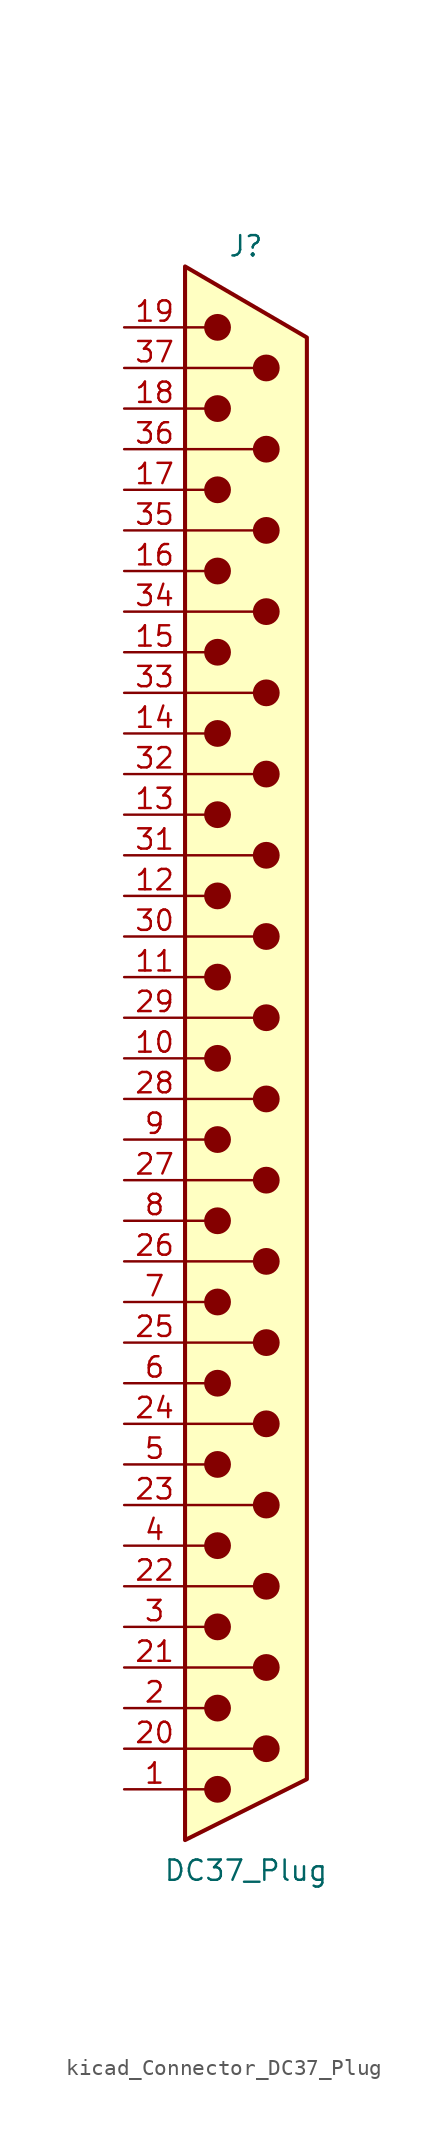
<source format=kicad_sym>
(kicad_symbol_lib
  (version 20220914)
  (generator kicad_symbol_editor)
  (symbol "kicad_Connector_DC37_Plug"
    (pin_names
      (offset 1.016) hide)
    (property "Reference" "J"
      (at 0 50.8 0)
      (effects (font (size 1.27 1.27))))
    (property "Value" "DC37_Plug"
      (at 0 -50.8 0)
      (effects (font (size 1.27 1.27))))
    (symbol "kicad_Connector_DC37_Plug_0_1"
      (circle (center -1.778 -45.72) (radius 0.762) (stroke (width 0) (type default)) (fill (type outline)))
      (circle (center -1.778 -40.64) (radius 0.762) (stroke (width 0) (type default)) (fill (type outline)))
      (circle (center -1.778 -35.56) (radius 0.762) (stroke (width 0) (type default)) (fill (type outline)))
      (circle (center -1.778 -30.48) (radius 0.762) (stroke (width 0) (type default)) (fill (type outline)))
      (circle (center -1.778 -25.4) (radius 0.762) (stroke (width 0) (type default)) (fill (type outline)))
      (circle (center -1.778 -20.32) (radius 0.762) (stroke (width 0) (type default)) (fill (type outline)))
      (circle (center -1.778 -15.24) (radius 0.762) (stroke (width 0) (type default)) (fill (type outline)))
      (circle (center -1.778 -10.16) (radius 0.762) (stroke (width 0) (type default)) (fill (type outline)))
      (circle (center -1.778 -5.08) (radius 0.762) (stroke (width 0) (type default)) (fill (type outline)))
      (circle (center -1.778 0) (radius 0.762) (stroke (width 0) (type default)) (fill (type outline)))
      (circle (center -1.778 5.08) (radius 0.762) (stroke (width 0) (type default)) (fill (type outline)))
      (circle (center -1.778 10.16) (radius 0.762) (stroke (width 0) (type default)) (fill (type outline)))
      (circle (center -1.778 15.24) (radius 0.762) (stroke (width 0) (type default)) (fill (type outline)))
      (circle (center -1.778 20.32) (radius 0.762) (stroke (width 0) (type default)) (fill (type outline)))
      (circle (center -1.778 25.4) (radius 0.762) (stroke (width 0) (type default)) (fill (type outline)))
      (circle (center -1.778 30.48) (radius 0.762) (stroke (width 0) (type default)) (fill (type outline)))
      (circle (center -1.778 35.56) (radius 0.762) (stroke (width 0) (type default)) (fill (type outline)))
      (circle (center -1.778 40.64) (radius 0.762) (stroke (width 0) (type default)) (fill (type outline)))
      (circle (center -1.778 45.72) (radius 0.762) (stroke (width 0) (type default)) (fill (type outline)))
      (polyline (pts (xy -3.81 -45.72) (xy -2.54 -45.72)) (stroke (width 0) (type default)) (fill (type none)))
      (polyline (pts (xy -3.81 -43.18) (xy 0.508 -43.18)) (stroke (width 0) (type default)) (fill (type none)))
      (polyline (pts (xy -3.81 -40.64) (xy -2.54 -40.64)) (stroke (width 0) (type default)) (fill (type none)))
      (polyline (pts (xy -3.81 -38.1) (xy 0.508 -38.1)) (stroke (width 0) (type default)) (fill (type none)))
      (polyline (pts (xy -3.81 -35.56) (xy -2.54 -35.56)) (stroke (width 0) (type default)) (fill (type none)))
      (polyline (pts (xy -3.81 -33.02) (xy 0.508 -33.02)) (stroke (width 0) (type default)) (fill (type none)))
      (polyline (pts (xy -3.81 -30.48) (xy -2.54 -30.48)) (stroke (width 0) (type default)) (fill (type none)))
      (polyline (pts (xy -3.81 -27.94) (xy 0.508 -27.94)) (stroke (width 0) (type default)) (fill (type none)))
      (polyline (pts (xy -3.81 -25.4) (xy -2.54 -25.4)) (stroke (width 0) (type default)) (fill (type none)))
      (polyline (pts (xy -3.81 -22.86) (xy 0.508 -22.86)) (stroke (width 0) (type default)) (fill (type none)))
      (polyline (pts (xy -3.81 -20.32) (xy -2.54 -20.32)) (stroke (width 0) (type default)) (fill (type none)))
      (polyline (pts (xy -3.81 -17.78) (xy 0.508 -17.78)) (stroke (width 0) (type default)) (fill (type none)))
      (polyline (pts (xy -3.81 -15.24) (xy -2.54 -15.24)) (stroke (width 0) (type default)) (fill (type none)))
      (polyline (pts (xy -3.81 -12.7) (xy 0.508 -12.7)) (stroke (width 0) (type default)) (fill (type none)))
      (polyline (pts (xy -3.81 -10.16) (xy -2.54 -10.16)) (stroke (width 0) (type default)) (fill (type none)))
      (polyline (pts (xy -3.81 -7.62) (xy 0.508 -7.62)) (stroke (width 0) (type default)) (fill (type none)))
      (polyline (pts (xy -3.81 -5.08) (xy -2.54 -5.08)) (stroke (width 0) (type default)) (fill (type none)))
      (polyline (pts (xy -3.81 -2.54) (xy 0.508 -2.54)) (stroke (width 0) (type default)) (fill (type none)))
      (polyline (pts (xy -3.81 0) (xy -2.54 0)) (stroke (width 0) (type default)) (fill (type none)))
      (polyline (pts (xy -3.81 2.54) (xy 0.508 2.54)) (stroke (width 0) (type default)) (fill (type none)))
      (polyline (pts (xy -3.81 5.08) (xy -2.54 5.08)) (stroke (width 0) (type default)) (fill (type none)))
      (polyline (pts (xy -3.81 7.62) (xy 0.508 7.62)) (stroke (width 0) (type default)) (fill (type none)))
      (polyline (pts (xy -3.81 10.16) (xy -2.54 10.16)) (stroke (width 0) (type default)) (fill (type none)))
      (polyline (pts (xy -3.81 12.7) (xy 0.508 12.7)) (stroke (width 0) (type default)) (fill (type none)))
      (polyline (pts (xy -3.81 15.24) (xy -2.54 15.24)) (stroke (width 0) (type default)) (fill (type none)))
      (polyline (pts (xy -3.81 17.78) (xy 0.508 17.78)) (stroke (width 0) (type default)) (fill (type none)))
      (polyline (pts (xy -3.81 20.32) (xy -2.54 20.32)) (stroke (width 0) (type default)) (fill (type none)))
      (polyline (pts (xy -3.81 22.86) (xy 0.508 22.86)) (stroke (width 0) (type default)) (fill (type none)))
      (polyline (pts (xy -3.81 25.4) (xy -2.54 25.4)) (stroke (width 0) (type default)) (fill (type none)))
      (polyline (pts (xy -3.81 27.94) (xy 0.508 27.94)) (stroke (width 0) (type default)) (fill (type none)))
      (polyline (pts (xy -3.81 30.48) (xy -2.54 30.48)) (stroke (width 0) (type default)) (fill (type none)))
      (polyline (pts (xy -3.81 33.02) (xy 0.508 33.02)) (stroke (width 0) (type default)) (fill (type none)))
      (polyline (pts (xy -3.81 35.56) (xy -2.54 35.56)) (stroke (width 0) (type default)) (fill (type none)))
      (polyline (pts (xy -3.81 38.1) (xy 0.508 38.1)) (stroke (width 0) (type default)) (fill (type none)))
      (polyline (pts (xy -3.81 40.64) (xy -2.54 40.64)) (stroke (width 0) (type default)) (fill (type none)))
      (polyline (pts (xy -3.81 43.18) (xy 0.508 43.18)) (stroke (width 0) (type default)) (fill (type none)))
      (polyline (pts (xy -3.81 45.72) (xy -2.54 45.72)) (stroke (width 0) (type default)) (fill (type none)))
      (polyline (pts (xy -3.81 49.53) (xy 3.81 45.085) (xy 3.81 -45.085) (xy -3.81 -48.895) (xy -3.81 49.53)) (stroke (width 0.254) (type default)) (fill (type background)))
      (circle (center 1.27 -43.18) (radius 0.762) (stroke (width 0) (type default)) (fill (type outline)))
      (circle (center 1.27 -38.1) (radius 0.762) (stroke (width 0) (type default)) (fill (type outline)))
      (circle (center 1.27 -33.02) (radius 0.762) (stroke (width 0) (type default)) (fill (type outline)))
      (circle (center 1.27 -27.94) (radius 0.762) (stroke (width 0) (type default)) (fill (type outline)))
      (circle (center 1.27 -22.86) (radius 0.762) (stroke (width 0) (type default)) (fill (type outline)))
      (circle (center 1.27 -17.78) (radius 0.762) (stroke (width 0) (type default)) (fill (type outline)))
      (circle (center 1.27 -12.7) (radius 0.762) (stroke (width 0) (type default)) (fill (type outline)))
      (circle (center 1.27 -7.62) (radius 0.762) (stroke (width 0) (type default)) (fill (type outline)))
      (circle (center 1.27 -2.54) (radius 0.762) (stroke (width 0) (type default)) (fill (type outline)))
      (circle (center 1.27 2.54) (radius 0.762) (stroke (width 0) (type default)) (fill (type outline)))
      (circle (center 1.27 7.62) (radius 0.762) (stroke (width 0) (type default)) (fill (type outline)))
      (circle (center 1.27 12.7) (radius 0.762) (stroke (width 0) (type default)) (fill (type outline)))
      (circle (center 1.27 17.78) (radius 0.762) (stroke (width 0) (type default)) (fill (type outline)))
      (circle (center 1.27 22.86) (radius 0.762) (stroke (width 0) (type default)) (fill (type outline)))
      (circle (center 1.27 27.94) (radius 0.762) (stroke (width 0) (type default)) (fill (type outline)))
      (circle (center 1.27 33.02) (radius 0.762) (stroke (width 0) (type default)) (fill (type outline)))
      (circle (center 1.27 38.1) (radius 0.762) (stroke (width 0) (type default)) (fill (type outline)))
      (circle (center 1.27 43.18) (radius 0.762) (stroke (width 0) (type default)) (fill (type outline))))
    (symbol "kicad_Connector_DC37_Plug_1_1"
      (pin passive line (at -7.62 -45.72 0) (length 3.81) (name "1" (effects (font (size 1.27 1.27)))) (number "1" (effects (font (size 1.27 1.27)))))
      (pin passive line (at -7.62 0 0) (length 3.81) (name "10" (effects (font (size 1.27 1.27)))) (number "10" (effects (font (size 1.27 1.27)))))
      (pin passive line (at -7.62 5.08 0) (length 3.81) (name "11" (effects (font (size 1.27 1.27)))) (number "11" (effects (font (size 1.27 1.27)))))
      (pin passive line (at -7.62 10.16 0) (length 3.81) (name "12" (effects (font (size 1.27 1.27)))) (number "12" (effects (font (size 1.27 1.27)))))
      (pin passive line (at -7.62 15.24 0) (length 3.81) (name "13" (effects (font (size 1.27 1.27)))) (number "13" (effects (font (size 1.27 1.27)))))
      (pin passive line (at -7.62 20.32 0) (length 3.81) (name "14" (effects (font (size 1.27 1.27)))) (number "14" (effects (font (size 1.27 1.27)))))
      (pin passive line (at -7.62 25.4 0) (length 3.81) (name "15" (effects (font (size 1.27 1.27)))) (number "15" (effects (font (size 1.27 1.27)))))
      (pin passive line (at -7.62 30.48 0) (length 3.81) (name "16" (effects (font (size 1.27 1.27)))) (number "16" (effects (font (size 1.27 1.27)))))
      (pin passive line (at -7.62 35.56 0) (length 3.81) (name "17" (effects (font (size 1.27 1.27)))) (number "17" (effects (font (size 1.27 1.27)))))
      (pin passive line (at -7.62 40.64 0) (length 3.81) (name "18" (effects (font (size 1.27 1.27)))) (number "18" (effects (font (size 1.27 1.27)))))
      (pin passive line (at -7.62 45.72 0) (length 3.81) (name "19" (effects (font (size 1.27 1.27)))) (number "19" (effects (font (size 1.27 1.27)))))
      (pin passive line (at -7.62 -40.64 0) (length 3.81) (name "2" (effects (font (size 1.27 1.27)))) (number "2" (effects (font (size 1.27 1.27)))))
      (pin passive line (at -7.62 -43.18 0) (length 3.81) (name "20" (effects (font (size 1.27 1.27)))) (number "20" (effects (font (size 1.27 1.27)))))
      (pin passive line (at -7.62 -38.1 0) (length 3.81) (name "21" (effects (font (size 1.27 1.27)))) (number "21" (effects (font (size 1.27 1.27)))))
      (pin passive line (at -7.62 -33.02 0) (length 3.81) (name "22" (effects (font (size 1.27 1.27)))) (number "22" (effects (font (size 1.27 1.27)))))
      (pin passive line (at -7.62 -27.94 0) (length 3.81) (name "23" (effects (font (size 1.27 1.27)))) (number "23" (effects (font (size 1.27 1.27)))))
      (pin passive line (at -7.62 -22.86 0) (length 3.81) (name "24" (effects (font (size 1.27 1.27)))) (number "24" (effects (font (size 1.27 1.27)))))
      (pin passive line (at -7.62 -17.78 0) (length 3.81) (name "25" (effects (font (size 1.27 1.27)))) (number "25" (effects (font (size 1.27 1.27)))))
      (pin passive line (at -7.62 -12.7 0) (length 3.81) (name "26" (effects (font (size 1.27 1.27)))) (number "26" (effects (font (size 1.27 1.27)))))
      (pin passive line (at -7.62 -7.62 0) (length 3.81) (name "27" (effects (font (size 1.27 1.27)))) (number "27" (effects (font (size 1.27 1.27)))))
      (pin passive line (at -7.62 -2.54 0) (length 3.81) (name "28" (effects (font (size 1.27 1.27)))) (number "28" (effects (font (size 1.27 1.27)))))
      (pin passive line (at -7.62 2.54 0) (length 3.81) (name "29" (effects (font (size 1.27 1.27)))) (number "29" (effects (font (size 1.27 1.27)))))
      (pin passive line (at -7.62 -35.56 0) (length 3.81) (name "3" (effects (font (size 1.27 1.27)))) (number "3" (effects (font (size 1.27 1.27)))))
      (pin passive line (at -7.62 7.62 0) (length 3.81) (name "30" (effects (font (size 1.27 1.27)))) (number "30" (effects (font (size 1.27 1.27)))))
      (pin passive line (at -7.62 12.7 0) (length 3.81) (name "31" (effects (font (size 1.27 1.27)))) (number "31" (effects (font (size 1.27 1.27)))))
      (pin passive line (at -7.62 17.78 0) (length 3.81) (name "32" (effects (font (size 1.27 1.27)))) (number "32" (effects (font (size 1.27 1.27)))))
      (pin passive line (at -7.62 22.86 0) (length 3.81) (name "33" (effects (font (size 1.27 1.27)))) (number "33" (effects (font (size 1.27 1.27)))))
      (pin passive line (at -7.62 27.94 0) (length 3.81) (name "34" (effects (font (size 1.27 1.27)))) (number "34" (effects (font (size 1.27 1.27)))))
      (pin passive line (at -7.62 33.02 0) (length 3.81) (name "35" (effects (font (size 1.27 1.27)))) (number "35" (effects (font (size 1.27 1.27)))))
      (pin passive line (at -7.62 38.1 0) (length 3.81) (name "36" (effects (font (size 1.27 1.27)))) (number "36" (effects (font (size 1.27 1.27)))))
      (pin passive line (at -7.62 43.18 0) (length 3.81) (name "37" (effects (font (size 1.27 1.27)))) (number "37" (effects (font (size 1.27 1.27)))))
      (pin passive line (at -7.62 -30.48 0) (length 3.81) (name "4" (effects (font (size 1.27 1.27)))) (number "4" (effects (font (size 1.27 1.27)))))
      (pin passive line (at -7.62 -25.4 0) (length 3.81) (name "5" (effects (font (size 1.27 1.27)))) (number "5" (effects (font (size 1.27 1.27)))))
      (pin passive line (at -7.62 -20.32 0) (length 3.81) (name "6" (effects (font (size 1.27 1.27)))) (number "6" (effects (font (size 1.27 1.27)))))
      (pin passive line (at -7.62 -15.24 0) (length 3.81) (name "7" (effects (font (size 1.27 1.27)))) (number "7" (effects (font (size 1.27 1.27)))))
      (pin passive line (at -7.62 -10.16 0) (length 3.81) (name "8" (effects (font (size 1.27 1.27)))) (number "8" (effects (font (size 1.27 1.27)))))
      (pin passive line (at -7.62 -5.08 0) (length 3.81) (name "9" (effects (font (size 1.27 1.27)))) (number "9" (effects (font (size 1.27 1.27))))))))
</source>
